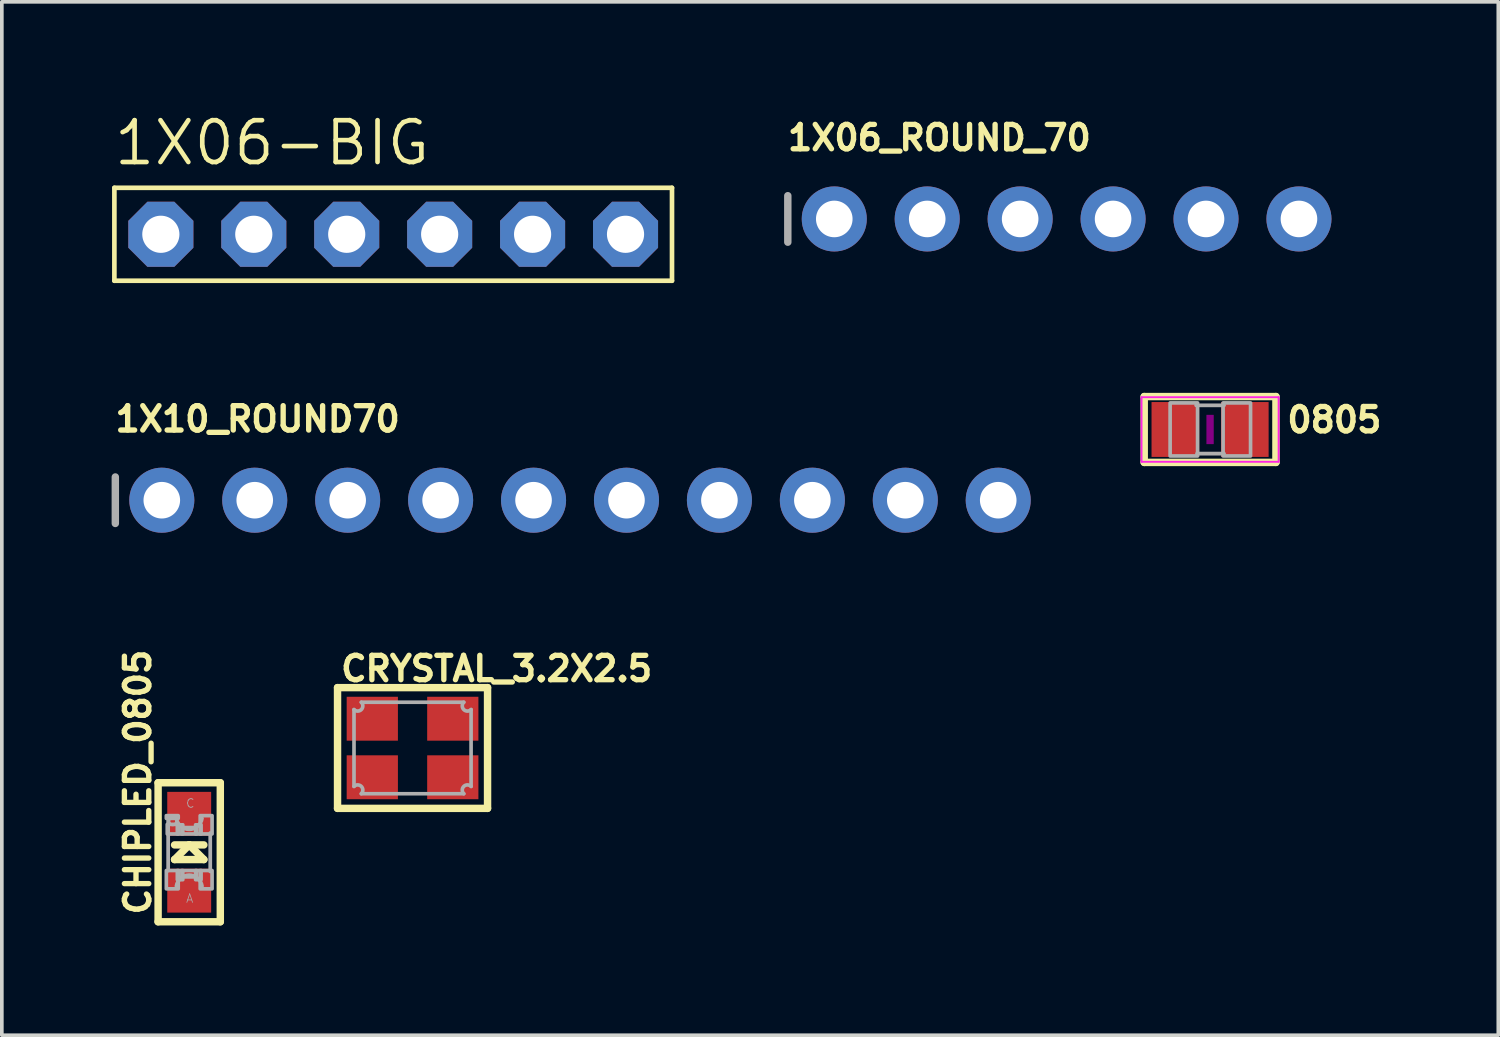
<source format=kicad_pcb>
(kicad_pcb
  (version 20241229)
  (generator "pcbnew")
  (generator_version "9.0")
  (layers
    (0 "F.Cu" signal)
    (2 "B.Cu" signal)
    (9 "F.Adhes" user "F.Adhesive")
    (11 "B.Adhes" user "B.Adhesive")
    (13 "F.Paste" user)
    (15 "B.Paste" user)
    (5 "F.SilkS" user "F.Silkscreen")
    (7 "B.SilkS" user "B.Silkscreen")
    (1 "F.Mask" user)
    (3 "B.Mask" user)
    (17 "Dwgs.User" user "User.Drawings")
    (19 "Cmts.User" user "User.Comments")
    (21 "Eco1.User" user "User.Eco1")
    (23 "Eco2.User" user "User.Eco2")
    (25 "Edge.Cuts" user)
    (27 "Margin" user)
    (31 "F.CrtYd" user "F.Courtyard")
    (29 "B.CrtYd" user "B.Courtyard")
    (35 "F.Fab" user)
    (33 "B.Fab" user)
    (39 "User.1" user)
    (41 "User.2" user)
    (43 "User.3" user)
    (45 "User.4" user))
  (footprint "0805"
    (layer "F.Cu")
    (at 30.022 8.688)
    (property "Reference" "0805" (at 2.032 0.127 0) (layer "F.SilkS") (effects (font (size 0.666 0.666) (thickness 0.146)) (justify left bottom)))
    (fp_line (start -1.8 -0.9) (end 1.8 -0.9) (stroke (width 0.203) (type solid)) (layer "F.SilkS"))
    (fp_line (start -1.8 0.9) (end -1.8 -0.9) (stroke (width 0.203) (type solid)) (layer "F.SilkS"))
    (fp_line (start 1.8 -0.9) (end 1.8 0.9) (stroke (width 0.203) (type solid)) (layer "F.SilkS"))
    (fp_line (start 1.8 0.9) (end -1.8 0.9) (stroke (width 0.203) (type solid)) (layer "F.SilkS"))
    (fp_poly (pts (xy -0.1 0.4) (xy 0.1 0.4) (xy 0.1 -0.4) (xy -0.1 -0.4)) (stroke (width 0) (type solid)) (fill yes) (layer "F.Adhes"))
    (fp_line (start -1.873 -0.883) (end 1.873 -0.883) (stroke (width 0.051) (type solid)) (layer "F.CrtYd"))
    (fp_line (start -1.873 0.883) (end -1.873 -0.883) (stroke (width 0.051) (type solid)) (layer "F.CrtYd"))
    (fp_line (start 1.873 -0.883) (end 1.873 0.883) (stroke (width 0.051) (type solid)) (layer "F.CrtYd"))
    (fp_line (start 1.873 0.883) (end -1.873 0.883) (stroke (width 0.051) (type solid)) (layer "F.CrtYd"))
    (fp_line (start -0.381 -0.66) (end 0.381 -0.66) (stroke (width 0.102) (type solid)) (layer "F.Fab"))
    (fp_line (start -0.356 0.66) (end 0.381 0.66) (stroke (width 0.102) (type solid)) (layer "F.Fab"))
    (fp_poly (pts (xy -1.092 0.724) (xy -0.342 0.724) (xy -0.342 -0.726) (xy -1.092 -0.726)) (stroke (width 0.1) (type solid)) (fill no) (layer "F.Fab"))
    (fp_poly (pts (xy 0.356 0.724) (xy 1.106 0.724) (xy 1.106 -0.726) (xy 0.356 -0.726)) (stroke (width 0.1) (type solid)) (fill no) (layer "F.Fab"))
    (pad "1" smd rect (at -0.95 0) (size 1.3 1.5) (layers "F.Cu" "F.Mask" "F.Paste"))
    (pad "2" smd rect (at 0.95 0) (size 1.3 1.5) (layers "F.Cu" "F.Mask" "F.Paste")))
  (footprint "CRYSTAL_3.2X2.5"
    (layer "F.Cu")
    (at 8.225 17.393)
    (property "Reference" "CRYSTAL_3.2X2.5" (at -2.032 -1.778 0) (layer "F.SilkS") (effects (font (size 0.666 0.666) (thickness 0.146)) (justify left bottom)))
    (fp_line (start -2.05 -1.65) (end -2.05 1.65) (stroke (width 0.203) (type solid)) (layer "F.SilkS"))
    (fp_line (start -2.05 -1.65) (end 2.05 -1.65) (stroke (width 0.203) (type solid)) (layer "F.SilkS"))
    (fp_line (start -2.05 1.65) (end 2.05 1.65) (stroke (width 0.203) (type solid)) (layer "F.SilkS"))
    (fp_line (start 2.05 -1.65) (end 2.05 1.65) (stroke (width 0.203) (type solid)) (layer "F.SilkS"))
    (fp_line (start -1.6 -1.05) (end -1.6 1.05) (stroke (width 0.1) (type solid)) (layer "F.Fab"))
    (fp_line (start -1.4 -1.25) (end 1.4 -1.25) (stroke (width 0.1) (type solid)) (layer "F.Fab"))
    (fp_line (start -1.4 1.25) (end 1.4 1.25) (stroke (width 0.1) (type solid)) (layer "F.Fab"))
    (fp_line (start 1.6 -1.05) (end 1.6 1.05) (stroke (width 0.1) (type solid)) (layer "F.Fab"))
    (fp_arc (start -1.6 1.05) (mid -1.4 1.05) (end -1.4 1.25) (stroke (width 0.1) (type solid)) (layer "F.Fab"))
    (fp_arc (start -1.4 -1.25) (mid -1.4 -1.05) (end -1.6 -1.05) (stroke (width 0.1) (type solid)) (layer "F.Fab"))
    (fp_arc (start 1.4 1.25) (mid 1.4 1.05) (end 1.6 1.05) (stroke (width 0.1) (type solid)) (layer "F.Fab"))
    (fp_arc (start 1.6 -1.05) (mid 1.4 -1.05) (end 1.4 -1.25) (stroke (width 0.1) (type solid)) (layer "F.Fab"))
    (pad "1" smd rect (at -1.1 0.8) (size 1.4 1.2) (layers "F.Cu" "F.Mask" "F.Paste"))
    (pad "2" smd rect (at 1.1 -0.8) (size 1.4 1.2) (layers "F.Cu" "F.Mask" "F.Paste"))
    (pad "GND1" smd rect (at -1.1 -0.8) (size 1.4 1.2) (layers "F.Cu" "F.Mask" "F.Paste"))
    (pad "GND2" smd rect (at 1.1 0.8) (size 1.4 1.2) (layers "F.Cu" "F.Mask" "F.Paste")))
  (footprint "CHIPLED_0805"
    (layer "F.Cu")
    (at 2.121 20.242)
    (property "Reference" "CHIPLED_0805" (at -1.016 1.778 90) (layer "F.SilkS") (effects (font (size 0.666 0.666) (thickness 0.146)) (justify left bottom)))
    (fp_line (start -0.85 -1.9) (end 0.85 -1.9) (stroke (width 0.203) (type solid)) (layer "F.SilkS"))
    (fp_line (start -0.85 1.9) (end -0.85 -1.9) (stroke (width 0.203) (type solid)) (layer "F.SilkS"))
    (fp_line (start -0.4 -0.2) (end 0 -0.2) (stroke (width 0.203) (type solid)) (layer "F.SilkS"))
    (fp_line (start -0.4 0.2) (end 0.4 0.2) (stroke (width 0.203) (type solid)) (layer "F.SilkS"))
    (fp_line (start 0 -0.2) (end -0.4 0.2) (stroke (width 0.203) (type solid)) (layer "F.SilkS"))
    (fp_line (start 0 -0.2) (end 0.4 -0.2) (stroke (width 0.203) (type solid)) (layer "F.SilkS"))
    (fp_line (start 0.4 0.2) (end 0 -0.2) (stroke (width 0.203) (type solid)) (layer "F.SilkS"))
    (fp_line (start 0.85 -1.9) (end 0.85 1.9) (stroke (width 0.203) (type solid)) (layer "F.SilkS"))
    (fp_line (start 0.85 1.9) (end -0.85 1.9) (stroke (width 0.203) (type solid)) (layer "F.SilkS"))
    (fp_line (start -0.575 0.5) (end -0.575 -0.925) (stroke (width 0.102) (type solid)) (layer "F.Fab"))
    (fp_line (start 0.575 -0.525) (end 0.575 0.525) (stroke (width 0.102) (type solid)) (layer "F.Fab"))
    (fp_arc (start -0.35 0.925) (mid -0.000001 0.625027) (end 0.35 0.924998) (stroke (width 0.1016) (type solid)) (layer "F.Fab"))
    (fp_arc (start 0.35 -0.924998) (mid -0.000001 -0.625027) (end -0.35 -0.925) (stroke (width 0.1016) (type solid)) (layer "F.Fab"))
    (fp_circle (center -0.45 -0.85) (end -0.347 -0.85) (stroke (width 0.076) (type solid)) (fill no) (layer "F.Fab"))
    (fp_poly (pts (xy -0.625 -0.925) (xy -0.3 -0.925) (xy -0.3 -1) (xy -0.625 -1)) (stroke (width 0.1) (type solid)) (fill no) (layer "F.Fab"))
    (fp_poly (pts (xy -0.625 1) (xy -0.3 1) (xy -0.3 0.5) (xy -0.625 0.5)) (stroke (width 0.1) (type solid)) (fill no) (layer "F.Fab"))
    (fp_poly (pts (xy -0.6 -0.5) (xy -0.3 -0.5) (xy -0.3 -0.762) (xy -0.6 -0.762)) (stroke (width 0.1) (type solid)) (fill no) (layer "F.Fab"))
    (fp_poly (pts (xy -0.325 -0.5) (xy -0.175 -0.5) (xy -0.175 -0.75) (xy -0.325 -0.75)) (stroke (width 0.1) (type solid)) (fill no) (layer "F.Fab"))
    (fp_poly (pts (xy -0.325 0.75) (xy -0.175 0.75) (xy -0.175 0.5) (xy -0.325 0.5)) (stroke (width 0.1) (type solid)) (fill no) (layer "F.Fab"))
    (fp_poly (pts (xy -0.2 -0.5) (xy 0.2 -0.5) (xy 0.2 -0.675) (xy -0.2 -0.675)) (stroke (width 0.1) (type solid)) (fill no) (layer "F.Fab"))
    (fp_poly (pts (xy -0.2 0.675) (xy 0.2 0.675) (xy 0.2 0.5) (xy -0.2 0.5)) (stroke (width 0.1) (type solid)) (fill no) (layer "F.Fab"))
    (fp_poly (pts (xy 0.175 -0.5) (xy 0.325 -0.5) (xy 0.325 -0.75) (xy 0.175 -0.75)) (stroke (width 0.1) (type solid)) (fill no) (layer "F.Fab"))
    (fp_poly (pts (xy 0.175 0.75) (xy 0.325 0.75) (xy 0.325 0.5) (xy 0.175 0.5)) (stroke (width 0.1) (type solid)) (fill no) (layer "F.Fab"))
    (fp_poly (pts (xy 0.3 -0.5) (xy 0.625 -0.5) (xy 0.625 -1) (xy 0.3 -1)) (stroke (width 0.1) (type solid)) (fill no) (layer "F.Fab"))
    (fp_poly (pts (xy 0.3 1) (xy 0.625 1) (xy 0.625 0.5) (xy 0.3 0.5)) (stroke (width 0.1) (type solid)) (fill no) (layer "F.Fab"))
    (fp_text user "C" (at -0.1 -1.2 0) (layer "F.Fab") (effects (font (size 0.234 0.234) (thickness 0.02)) (justify left bottom)))
    (fp_text user "A" (at -0.1 1.4 0) (layer "F.Fab") (effects (font (size 0.234 0.234) (thickness 0.02)) (justify left bottom)))
    (pad "A" smd rect (at 0 1.05) (size 1.2 1.2) (layers "F.Cu" "F.Mask" "F.Paste"))
    (pad "C" smd rect (at 0 -1.05) (size 1.2 1.2) (layers "F.Cu" "F.Mask" "F.Paste")))
  (footprint "1X06_ROUND_70"
    (layer "F.Cu")
    (at 26.101 2.934)
    (property "Reference" "1X06_ROUND_70" (at -7.696 -1.829 0) (layer "F.SilkS") (effects (font (size 0.666 0.666) (thickness 0.146)) (justify left bottom)))
    (fp_line (start -7.62 -0.635) (end -7.62 0.635) (stroke (width 0.203) (type solid)) (layer "F.Fab"))
    (fp_poly (pts (xy -6.604 0.254) (xy -6.096 0.254) (xy -6.096 -0.254) (xy -6.604 -0.254)) (stroke (width 0.1) (type solid)) (fill no) (layer "F.Fab"))
    (fp_poly (pts (xy -4.064 0.254) (xy -3.556 0.254) (xy -3.556 -0.254) (xy -4.064 -0.254)) (stroke (width 0.1) (type solid)) (fill no) (layer "F.Fab"))
    (fp_poly (pts (xy -1.524 0.254) (xy -1.016 0.254) (xy -1.016 -0.254) (xy -1.524 -0.254)) (stroke (width 0.1) (type solid)) (fill no) (layer "F.Fab"))
    (fp_poly (pts (xy 1.016 0.254) (xy 1.524 0.254) (xy 1.524 -0.254) (xy 1.016 -0.254)) (stroke (width 0.1) (type solid)) (fill no) (layer "F.Fab"))
    (fp_poly (pts (xy 3.556 0.254) (xy 4.064 0.254) (xy 4.064 -0.254) (xy 3.556 -0.254)) (stroke (width 0.1) (type solid)) (fill no) (layer "F.Fab"))
    (fp_poly (pts (xy 6.096 0.254) (xy 6.604 0.254) (xy 6.604 -0.254) (xy 6.096 -0.254)) (stroke (width 0.1) (type solid)) (fill no) (layer "F.Fab"))
    (pad "1" thru_hole circle (at -6.35 0 90) (size 1.778 1.778) (drill 1) (layers "*.Cu" "*.Mask"))
    (pad "2" thru_hole circle (at -3.81 0 90) (size 1.778 1.778) (drill 1) (layers "*.Cu" "*.Mask"))
    (pad "3" thru_hole circle (at -1.27 0 90) (size 1.778 1.778) (drill 1) (layers "*.Cu" "*.Mask"))
    (pad "4" thru_hole circle (at 1.27 0 90) (size 1.778 1.778) (drill 1) (layers "*.Cu" "*.Mask"))
    (pad "5" thru_hole circle (at 3.81 0 90) (size 1.778 1.778) (drill 1) (layers "*.Cu" "*.Mask"))
    (pad "6" thru_hole circle (at 6.35 0 90) (size 1.778 1.778) (drill 1) (layers "*.Cu" "*.Mask")))
  (footprint "1X06-BIG"
    (layer "F.Cu")
    (at 7.696 3.353)
    (property "Reference" "1X06-BIG" (at -7.696 -1.829 0) (layer "F.SilkS") (effects (font (size 1.143 1.143) (thickness 0.127)) (justify left bottom)))
    (fp_line (start -7.62 -1.27) (end 7.62 -1.27) (stroke (width 0.127) (type solid)) (layer "F.SilkS"))
    (fp_line (start -7.62 1.27) (end -7.62 -1.27) (stroke (width 0.127) (type solid)) (layer "F.SilkS"))
    (fp_line (start 7.62 -1.27) (end 7.62 1.27) (stroke (width 0.127) (type solid)) (layer "F.SilkS"))
    (fp_line (start 7.62 1.27) (end -7.62 1.27) (stroke (width 0.127) (type solid)) (layer "F.SilkS"))
    (fp_poly (pts (xy -6.604 0.254) (xy -6.096 0.254) (xy -6.096 -0.254) (xy -6.604 -0.254)) (stroke (width 0.1) (type solid)) (fill no) (layer "F.Fab"))
    (fp_poly (pts (xy -4.064 0.254) (xy -3.556 0.254) (xy -3.556 -0.254) (xy -4.064 -0.254)) (stroke (width 0.1) (type solid)) (fill no) (layer "F.Fab"))
    (fp_poly (pts (xy -1.524 0.254) (xy -1.016 0.254) (xy -1.016 -0.254) (xy -1.524 -0.254)) (stroke (width 0.1) (type solid)) (fill no) (layer "F.Fab"))
    (fp_poly (pts (xy 1.016 0.254) (xy 1.524 0.254) (xy 1.524 -0.254) (xy 1.016 -0.254)) (stroke (width 0.1) (type solid)) (fill no) (layer "F.Fab"))
    (fp_poly (pts (xy 3.556 0.254) (xy 4.064 0.254) (xy 4.064 -0.254) (xy 3.556 -0.254)) (stroke (width 0.1) (type solid)) (fill no) (layer "F.Fab"))
    (fp_poly (pts (xy 6.096 0.254) (xy 6.604 0.254) (xy 6.604 -0.254) (xy 6.096 -0.254)) (stroke (width 0.1) (type solid)) (fill no) (layer "F.Fab"))
    (pad "1" thru_hole roundrect (at -6.35 0 90) (size 1.778 1.778) (drill 1.016) (layers "*.Cu" "*.Mask") (roundrect_rratio 0.25) (chamfer_ratio 0.293) (chamfer top_left top_right bottom_left bottom_right))
    (pad "2" thru_hole roundrect (at -3.81 0 90) (size 1.778 1.778) (drill 1.016) (layers "*.Cu" "*.Mask") (roundrect_rratio 0.25) (chamfer_ratio 0.293) (chamfer top_left top_right bottom_left bottom_right))
    (pad "3" thru_hole roundrect (at -1.27 0 90) (size 1.778 1.778) (drill 1.016) (layers "*.Cu" "*.Mask") (roundrect_rratio 0.25) (chamfer_ratio 0.293) (chamfer top_left top_right bottom_left bottom_right))
    (pad "4" thru_hole roundrect (at 1.27 0 90) (size 1.778 1.778) (drill 1.016) (layers "*.Cu" "*.Mask") (roundrect_rratio 0.25) (chamfer_ratio 0.293) (chamfer top_left top_right bottom_left bottom_right))
    (pad "5" thru_hole roundrect (at 3.81 0 90) (size 1.778 1.778) (drill 1.016) (layers "*.Cu" "*.Mask") (roundrect_rratio 0.25) (chamfer_ratio 0.293) (chamfer top_left top_right bottom_left bottom_right))
    (pad "6" thru_hole roundrect (at 6.35 0 90) (size 1.778 1.778) (drill 1.016) (layers "*.Cu" "*.Mask") (roundrect_rratio 0.25) (chamfer_ratio 0.293) (chamfer top_left top_right bottom_left bottom_right)))
  (footprint "1X10_ROUND70"
    (layer "F.Cu")
    (at 12.802 10.621)
    (property "Reference" "1X10_ROUND70" (at -12.776 -1.829 0) (layer "F.SilkS") (effects (font (size 0.666 0.666) (thickness 0.146)) (justify left bottom)))
    (fp_line (start -12.7 -0.635) (end -12.7 0.635) (stroke (width 0.203) (type solid)) (layer "F.Fab"))
    (fp_poly (pts (xy -11.684 0.254) (xy -11.176 0.254) (xy -11.176 -0.254) (xy -11.684 -0.254)) (stroke (width 0.1) (type solid)) (fill no) (layer "F.Fab"))
    (fp_poly (pts (xy -9.144 0.254) (xy -8.636 0.254) (xy -8.636 -0.254) (xy -9.144 -0.254)) (stroke (width 0.1) (type solid)) (fill no) (layer "F.Fab"))
    (fp_poly (pts (xy -6.604 0.254) (xy -6.096 0.254) (xy -6.096 -0.254) (xy -6.604 -0.254)) (stroke (width 0.1) (type solid)) (fill no) (layer "F.Fab"))
    (fp_poly (pts (xy -4.064 0.254) (xy -3.556 0.254) (xy -3.556 -0.254) (xy -4.064 -0.254)) (stroke (width 0.1) (type solid)) (fill no) (layer "F.Fab"))
    (fp_poly (pts (xy -1.524 0.254) (xy -1.016 0.254) (xy -1.016 -0.254) (xy -1.524 -0.254)) (stroke (width 0.1) (type solid)) (fill no) (layer "F.Fab"))
    (fp_poly (pts (xy 1.016 0.254) (xy 1.524 0.254) (xy 1.524 -0.254) (xy 1.016 -0.254)) (stroke (width 0.1) (type solid)) (fill no) (layer "F.Fab"))
    (fp_poly (pts (xy 3.556 0.254) (xy 4.064 0.254) (xy 4.064 -0.254) (xy 3.556 -0.254)) (stroke (width 0.1) (type solid)) (fill no) (layer "F.Fab"))
    (fp_poly (pts (xy 6.096 0.254) (xy 6.604 0.254) (xy 6.604 -0.254) (xy 6.096 -0.254)) (stroke (width 0.1) (type solid)) (fill no) (layer "F.Fab"))
    (fp_poly (pts (xy 8.636 0.254) (xy 9.144 0.254) (xy 9.144 -0.254) (xy 8.636 -0.254)) (stroke (width 0.1) (type solid)) (fill no) (layer "F.Fab"))
    (fp_poly (pts (xy 11.176 0.254) (xy 11.684 0.254) (xy 11.684 -0.254) (xy 11.176 -0.254)) (stroke (width 0.1) (type solid)) (fill no) (layer "F.Fab"))
    (pad "1" thru_hole circle (at -11.43 0 90) (size 1.778 1.778) (drill 1) (layers "*.Cu" "*.Mask"))
    (pad "2" thru_hole circle (at -8.89 0 90) (size 1.778 1.778) (drill 1) (layers "*.Cu" "*.Mask"))
    (pad "3" thru_hole circle (at -6.35 0 90) (size 1.778 1.778) (drill 1) (layers "*.Cu" "*.Mask"))
    (pad "4" thru_hole circle (at -3.81 0 90) (size 1.778 1.778) (drill 1) (layers "*.Cu" "*.Mask"))
    (pad "5" thru_hole circle (at -1.27 0 90) (size 1.778 1.778) (drill 1) (layers "*.Cu" "*.Mask"))
    (pad "6" thru_hole circle (at 1.27 0 90) (size 1.778 1.778) (drill 1) (layers "*.Cu" "*.Mask"))
    (pad "7" thru_hole circle (at 3.81 0 90) (size 1.778 1.778) (drill 1) (layers "*.Cu" "*.Mask"))
    (pad "8" thru_hole circle (at 6.35 0 90) (size 1.778 1.778) (drill 1) (layers "*.Cu" "*.Mask"))
    (pad "9" thru_hole circle (at 8.89 0 90) (size 1.778 1.778) (drill 1) (layers "*.Cu" "*.Mask"))
    (pad "10" thru_hole circle (at 11.43 0 90) (size 1.778 1.778) (drill 1) (layers "*.Cu" "*.Mask")))
  (gr_rect
    (start -3 -3)
    (end 37.899 25.243)
    (stroke (width 0.1) (type default))
    (fill no)
    (layer "Edge.Cuts")))
</source>
